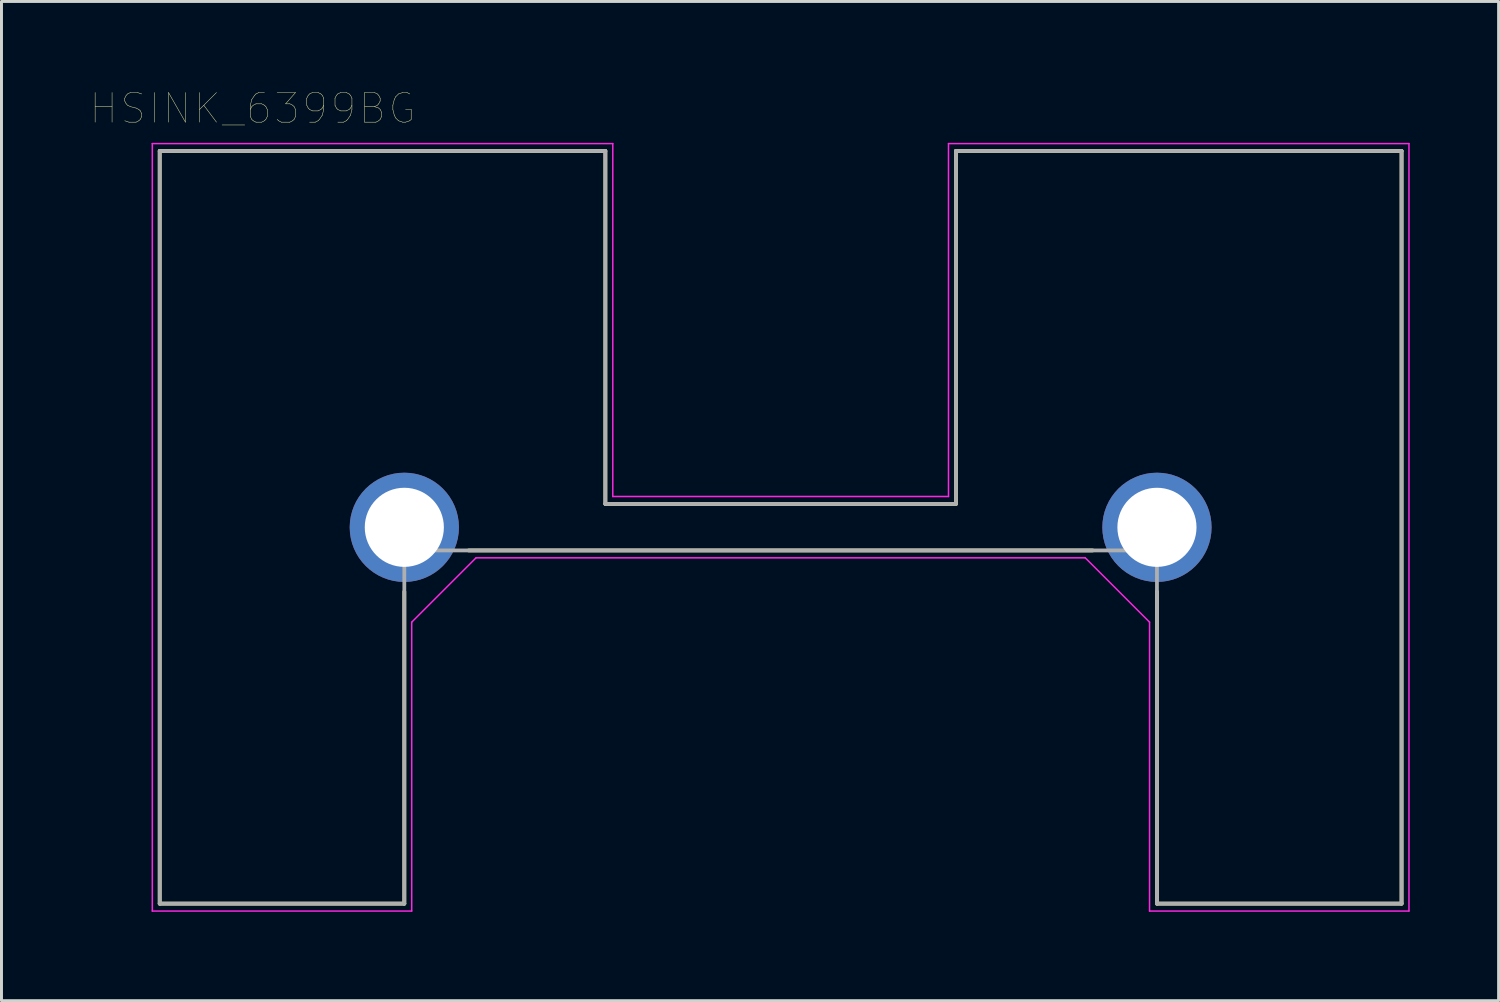
<source format=kicad_pcb>
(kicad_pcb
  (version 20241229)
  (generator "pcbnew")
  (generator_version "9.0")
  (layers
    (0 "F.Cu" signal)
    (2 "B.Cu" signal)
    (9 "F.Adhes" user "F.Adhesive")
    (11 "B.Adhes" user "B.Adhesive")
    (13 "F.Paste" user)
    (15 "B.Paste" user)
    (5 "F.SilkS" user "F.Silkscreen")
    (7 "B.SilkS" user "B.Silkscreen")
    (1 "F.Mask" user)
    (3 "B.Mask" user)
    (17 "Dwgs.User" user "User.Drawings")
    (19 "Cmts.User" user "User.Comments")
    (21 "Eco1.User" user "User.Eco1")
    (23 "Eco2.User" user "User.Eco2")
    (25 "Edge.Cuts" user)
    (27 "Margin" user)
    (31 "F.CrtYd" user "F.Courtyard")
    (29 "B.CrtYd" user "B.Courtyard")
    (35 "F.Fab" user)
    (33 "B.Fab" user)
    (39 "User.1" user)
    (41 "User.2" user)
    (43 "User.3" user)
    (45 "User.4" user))
  (footprint "HSINK_6399BG"
    (layer "F.Cu")
    (at 23.295 14.746)
    (property "Reference" "HSINK_6399BG" (at -17.825 -14.135 0) (layer "F.SilkS") (effects (font (size 1 1) (thickness 0.015))))
    (attr through_hole)
    (fp_line (start -20.955 -12.7) (end -20.955 12.7) (stroke (width 0.127) (type solid)) (layer "F.SilkS"))
    (fp_line (start -20.955 12.7) (end -12.7 12.7) (stroke (width 0.127) (type solid)) (layer "F.SilkS"))
    (fp_line (start -12.7 2.17) (end -12.7 12.7) (stroke (width 0.127) (type solid)) (layer "F.SilkS"))
    (fp_line (start -10.53 0.78) (end 10.53 0.78) (stroke (width 0.127) (type solid)) (layer "F.SilkS"))
    (fp_line (start -5.915 -12.7) (end -20.955 -12.7) (stroke (width 0.127) (type solid)) (layer "F.SilkS"))
    (fp_line (start -5.915 -0.79) (end -5.915 -12.7) (stroke (width 0.127) (type solid)) (layer "F.SilkS"))
    (fp_line (start 5.915 -12.7) (end 5.915 -0.79) (stroke (width 0.127) (type solid)) (layer "F.SilkS"))
    (fp_line (start 5.915 -0.79) (end -5.915 -0.79) (stroke (width 0.127) (type solid)) (layer "F.SilkS"))
    (fp_line (start 12.7 2.17) (end 12.7 12.7) (stroke (width 0.127) (type solid)) (layer "F.SilkS"))
    (fp_line (start 12.7 12.7) (end 20.955 12.7) (stroke (width 0.127) (type solid)) (layer "F.SilkS"))
    (fp_line (start 20.955 -12.7) (end 5.915 -12.7) (stroke (width 0.127) (type solid)) (layer "F.SilkS"))
    (fp_line (start 20.955 12.7) (end 20.955 -12.7) (stroke (width 0.127) (type solid)) (layer "F.SilkS"))
    (fp_line (start -21.205 -12.95) (end -21.205 12.95) (stroke (width 0.05) (type solid)) (layer "F.CrtYd"))
    (fp_line (start -21.205 12.95) (end -12.45 12.95) (stroke (width 0.05) (type solid)) (layer "F.CrtYd"))
    (fp_line (start -12.45 3.2) (end -10.28 1.03) (stroke (width 0.05) (type solid)) (layer "F.CrtYd"))
    (fp_line (start -12.45 12.95) (end -12.45 3.2) (stroke (width 0.05) (type solid)) (layer "F.CrtYd"))
    (fp_line (start -10.28 1.03) (end 10.28 1.03) (stroke (width 0.05) (type solid)) (layer "F.CrtYd"))
    (fp_line (start -5.665 -12.95) (end -21.205 -12.95) (stroke (width 0.05) (type solid)) (layer "F.CrtYd"))
    (fp_line (start -5.665 -1.04) (end -5.665 -12.95) (stroke (width 0.05) (type solid)) (layer "F.CrtYd"))
    (fp_line (start 5.665 -12.95) (end 5.665 -1.04) (stroke (width 0.05) (type solid)) (layer "F.CrtYd"))
    (fp_line (start 5.665 -1.04) (end -5.665 -1.04) (stroke (width 0.05) (type solid)) (layer "F.CrtYd"))
    (fp_line (start 10.28 1.03) (end 12.45 3.2) (stroke (width 0.05) (type solid)) (layer "F.CrtYd"))
    (fp_line (start 12.45 3.2) (end 12.45 12.95) (stroke (width 0.05) (type solid)) (layer "F.CrtYd"))
    (fp_line (start 12.45 12.95) (end 21.205 12.95) (stroke (width 0.05) (type solid)) (layer "F.CrtYd"))
    (fp_line (start 21.205 -12.95) (end 5.665 -12.95) (stroke (width 0.05) (type solid)) (layer "F.CrtYd"))
    (fp_line (start 21.205 12.95) (end 21.205 -12.95) (stroke (width 0.05) (type solid)) (layer "F.CrtYd"))
    (fp_line (start -20.955 -12.7) (end -20.955 12.7) (stroke (width 0.127) (type solid)) (layer "F.Fab"))
    (fp_line (start -20.955 12.7) (end -12.7 12.7) (stroke (width 0.127) (type solid)) (layer "F.Fab"))
    (fp_line (start -12.7 0.78) (end 12.7 0.78) (stroke (width 0.127) (type solid)) (layer "F.Fab"))
    (fp_line (start -12.7 12.7) (end -12.7 0.78) (stroke (width 0.127) (type solid)) (layer "F.Fab"))
    (fp_line (start -5.915 -12.7) (end -20.955 -12.7) (stroke (width 0.127) (type solid)) (layer "F.Fab"))
    (fp_line (start -5.915 -0.79) (end -5.915 -12.7) (stroke (width 0.127) (type solid)) (layer "F.Fab"))
    (fp_line (start 5.915 -12.7) (end 5.915 -0.79) (stroke (width 0.127) (type solid)) (layer "F.Fab"))
    (fp_line (start 5.915 -0.79) (end -5.915 -0.79) (stroke (width 0.127) (type solid)) (layer "F.Fab"))
    (fp_line (start 12.7 0.78) (end 12.7 12.7) (stroke (width 0.127) (type solid)) (layer "F.Fab"))
    (fp_line (start 12.7 12.7) (end 20.955 12.7) (stroke (width 0.127) (type solid)) (layer "F.Fab"))
    (fp_line (start 20.955 -12.7) (end 5.915 -12.7) (stroke (width 0.127) (type solid)) (layer "F.Fab"))
    (fp_line (start 20.955 12.7) (end 20.955 -12.7) (stroke (width 0.127) (type solid)) (layer "F.Fab"))
    (pad "1" thru_hole circle (at -12.7 0) (size 3.686 3.686) (drill 2.67) (layers "*.Cu" "*.Mask"))
    (pad "2" thru_hole circle (at 12.7 0) (size 3.686 3.686) (drill 2.67) (layers "*.Cu" "*.Mask")))
  (gr_rect
    (start -3 -3)
    (end 47.525 30.721)
    (stroke (width 0.1) (type default))
    (fill no)
    (layer "Edge.Cuts")))
</source>
